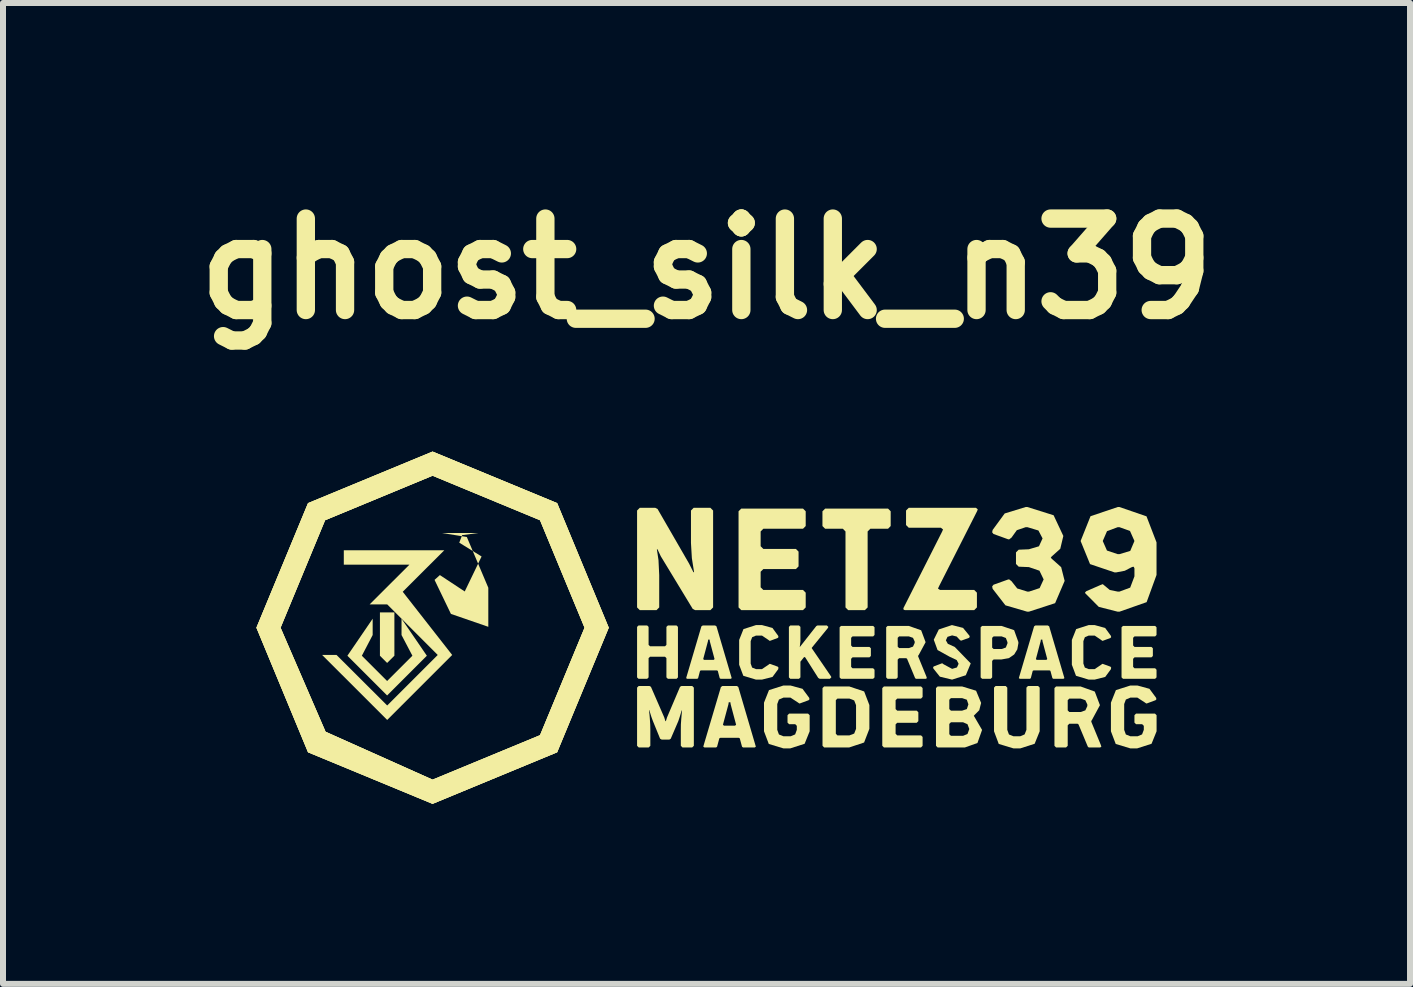
<source format=kicad_pcb>
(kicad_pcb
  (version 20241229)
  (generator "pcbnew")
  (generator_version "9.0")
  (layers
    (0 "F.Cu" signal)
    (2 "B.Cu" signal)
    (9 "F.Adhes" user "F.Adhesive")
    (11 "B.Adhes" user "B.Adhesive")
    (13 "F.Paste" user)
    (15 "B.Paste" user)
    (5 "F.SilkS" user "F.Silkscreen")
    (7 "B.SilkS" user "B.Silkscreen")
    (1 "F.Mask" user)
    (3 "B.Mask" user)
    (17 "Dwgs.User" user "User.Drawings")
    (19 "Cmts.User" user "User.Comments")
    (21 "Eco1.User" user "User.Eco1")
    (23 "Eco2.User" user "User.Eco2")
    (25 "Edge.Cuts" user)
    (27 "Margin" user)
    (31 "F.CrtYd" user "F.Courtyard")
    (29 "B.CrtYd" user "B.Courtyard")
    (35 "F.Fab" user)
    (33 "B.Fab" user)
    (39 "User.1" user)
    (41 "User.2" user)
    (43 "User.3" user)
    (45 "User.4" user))
  (footprint "ghost_silk_n39"
    (layer "F.Cu")
    (at 8.723 7.41)
    (property "Reference" "ghost_silk_n39" (at 0 -5.983 0) (layer "F.SilkS") (effects (font (size 1.524 1.524) (thickness 0.305))))
    (attr smd)
    (fp_poly (pts (xy -5.322 0.587) (xy -5.201 0.467) (xy -5.201 -0.255) (xy -5.442 -0.255) (xy -5.442 0.467) (xy -5.322 0.587)) (stroke (width 0) (type solid)) (fill yes) (layer "F.SilkS"))
    (fp_poly (pts (xy -5.322 1.129) (xy -4.66 0.467) (xy -5.082 -0.15) (xy -5.082 0.122) (xy -4.901 0.467) (xy -5.322 0.888) (xy -5.743 0.467) (xy -5.563 0.122) (xy -5.563 -0.15) (xy -5.984 0.467) (xy -5.322 1.129)) (stroke (width 0) (type solid)) (fill yes) (layer "F.SilkS"))
    (fp_poly (pts (xy -6.044 -1.291) (xy -6.044 -1.051) (xy -4.95 -1.051) (xy -5.613 -0.389) (xy -5.321 -0.389) (xy -4.479 0.454) (xy -5.321 1.296) (xy -6.165 0.454) (xy -6.405 0.454) (xy -5.321 1.537) (xy -4.238 0.454) (xy -5.062 -0.599) (xy -4.369 -1.291) (xy -6.044 -1.291)) (stroke (width 0) (type solid)) (fill yes) (layer "F.SilkS"))
    (fp_poly (pts (xy -3.806 -1.578) (xy -4.072 -1.543) (xy -4.12 -1.417) (xy -3.748 -1.187) (xy -4.029 -0.604) (xy -4.443 -0.877) (xy -4.532 -0.797) (xy -4.259 -0.23) (xy -3.636 -0.015) (xy -3.636 1.116) (xy -3.636 -0.328) (xy -3.636 -0.666) (xy -3.994 -1.512) (xy -4.408 -1.578) (xy -3.806 -1.578)) (stroke (width 0) (type solid)) (fill yes) (layer "F.SilkS"))
    (fp_poly (pts (xy 2.361 -0.293) (xy 2.316 -0.338) (xy 2.316 -1.604) (xy 2.272 -1.649) (xy 1.977 -1.649) (xy 1.932 -1.694) (xy 1.932 -1.94) (xy 1.977 -1.985) (xy 3.025 -1.985) (xy 3.069 -1.94) (xy 3.069 -1.694) (xy 3.025 -1.649) (xy 2.73 -1.649) (xy 2.685 -1.604) (xy 2.685 -0.338) (xy 2.64 -0.293) (xy 2.361 -0.293)) (stroke (width 0) (type solid)) (fill yes) (layer "F.SilkS"))
    (fp_poly (pts (xy -4.565 -2.935) (xy -4.565 -2.533) (xy -2.774 -1.791) (xy -2.032 0) (xy -2.774 1.791) (xy -4.565 2.532) (xy -6.348 1.734) (xy -7.098 0) (xy -6.356 -1.791) (xy -4.565 -2.533) (xy -4.565 -2.533) (xy -4.565 -2.935) (xy -6.64 -2.076) (xy -7.5 0) (xy -6.64 2.076) (xy -4.565 2.935) (xy -2.489 2.076) (xy -1.629 0) (xy -2.489 -2.076) (xy -4.565 -2.935)) (stroke (width 0) (type solid)) (fill yes) (layer "F.SilkS"))
    (fp_poly (pts (xy -4.565 -2.935) (xy -4.565 -2.533) (xy -2.774 -1.791) (xy -2.032 0) (xy -2.774 1.791) (xy -4.565 2.532) (xy -6.348 1.734) (xy -7.098 0) (xy -6.356 -1.791) (xy -4.565 -2.533) (xy -4.565 -2.533) (xy -4.565 -2.935) (xy -6.64 -2.076) (xy -7.5 0) (xy -6.64 2.076) (xy -4.565 2.935) (xy -2.489 2.076) (xy -1.629 0) (xy -2.489 -2.076) (xy -4.565 -2.935)) (stroke (width 0) (type solid)) (fill yes) (layer "F.SilkS"))
    (fp_poly (pts (xy -4.565 -2.935) (xy -4.565 -2.533) (xy -2.774 -1.791) (xy -2.032 0) (xy -2.774 1.791) (xy -4.565 2.532) (xy -6.348 1.734) (xy -7.098 0) (xy -6.356 -1.791) (xy -4.565 -2.533) (xy -4.565 -2.533) (xy -4.565 -2.935) (xy -6.64 -2.076) (xy -7.5 0) (xy -6.64 2.076) (xy -4.565 2.935) (xy -2.489 2.076) (xy -1.629 0) (xy -2.489 -2.076) (xy -4.565 -2.935)) (stroke (width 0) (type solid)) (fill yes) (layer "F.SilkS"))
    (fp_poly (pts (xy 5.115 2.011) (xy 4.87 1.937) (xy 4.791 1.726) (xy 4.791 0.998) (xy 4.817 0.971) (xy 4.985 0.971) (xy 5.012 0.998) (xy 5.012 1.702) (xy 5.04 1.779) (xy 5.115 1.809) (xy 5.228 1.809) (xy 5.301 1.778) (xy 5.331 1.702) (xy 5.331 0.998) (xy 5.357 0.971) (xy 5.525 0.971) (xy 5.552 0.998) (xy 5.552 1.726) (xy 5.468 1.934) (xy 5.228 2.011) (xy 5.115 2.011)) (stroke (width 0) (type solid)) (fill yes) (layer "F.SilkS"))
    (fp_poly (pts (xy 3.308 -0.293) (xy 3.288 -0.299) (xy 3.28 -0.314) (xy 3.284 -0.332) (xy 3.928 -1.605) (xy 3.941 -1.638) (xy 3.905 -1.666) (xy 3.37 -1.666) (xy 3.325 -1.711) (xy 3.325 -1.953) (xy 3.37 -1.998) (xy 4.49 -1.998) (xy 4.52 -1.973) (xy 4.51 -1.944) (xy 3.878 -0.697) (xy 3.857 -0.652) (xy 3.892 -0.629) (xy 4.461 -0.629) (xy 4.506 -0.584) (xy 4.506 -0.338) (xy 4.461 -0.293) (xy 3.308 -0.293)) (stroke (width 0) (type solid)) (fill yes) (layer "F.SilkS"))
    (fp_poly (pts (xy 1.96 1.995) (xy 2.181 1.794) (xy 2.382 1.794) (xy 2.461 1.764) (xy 2.492 1.685) (xy 2.492 1.291) (xy 2.461 1.212) (xy 2.382 1.181) (xy 2.181 1.181) (xy 2.155 1.208) (xy 2.155 1.767) (xy 2.181 1.794) (xy 1.96 1.995) (xy 1.933 1.968) (xy 1.933 1.006) (xy 1.96 0.979) (xy 2.379 0.979) (xy 2.627 1.062) (xy 2.714 1.289) (xy 2.714 1.685) (xy 2.626 1.913) (xy 2.379 1.995) (xy 1.96 1.995)) (stroke (width 0) (type solid)) (fill yes) (layer "F.SilkS"))
    (fp_poly (pts (xy -1.133 0.851) (xy -1.157 0.828) (xy -1.157 -0.014) (xy -1.133 -0.037) (xy -0.988 -0.037) (xy -0.965 -0.014) (xy -0.965 0.286) (xy -0.941 0.309) (xy -0.691 0.309) (xy -0.668 0.286) (xy -0.668 -0.014) (xy -0.644 -0.037) (xy -0.499 -0.037) (xy -0.476 -0.014) (xy -0.476 0.828) (xy -0.499 0.851) (xy -0.644 0.851) (xy -0.668 0.828) (xy -0.668 0.507) (xy -0.691 0.484) (xy -0.941 0.484) (xy -0.965 0.507) (xy -0.965 0.828) (xy -0.988 0.851) (xy -1.133 0.851)) (stroke (width 0) (type solid)) (fill yes) (layer "F.SilkS"))
    (fp_poly (pts (xy 1.608 -0.293) (xy 0.579 -0.293) (xy 0.534 -0.338) (xy 0.534 -1.94) (xy 0.579 -1.985) (xy 1.608 -1.985) (xy 1.653 -1.94) (xy 1.653 -1.694) (xy 1.608 -1.649) (xy 0.947 -1.649) (xy 0.902 -1.604) (xy 0.902 -1.358) (xy 0.947 -1.313) (xy 1.49 -1.313) (xy 1.534 -1.268) (xy 1.534 -1.022) (xy 1.49 -0.977) (xy 0.947 -0.977) (xy 0.902 -0.933) (xy 0.902 -0.673) (xy 0.947 -0.629) (xy 1.608 -0.629) (xy 1.653 -0.584) (xy 1.653 -0.338) (xy 1.608 -0.293)) (stroke (width 0) (type solid)) (fill yes) (layer "F.SilkS"))
    (fp_poly (pts (xy 2.777 0.851) (xy 2.241 0.851) (xy 2.218 0.828) (xy 2.218 -0.007) (xy 2.241 -0.03) (xy 2.777 -0.03) (xy 2.8 -0.007) (xy 2.8 0.121) (xy 2.777 0.145) (xy 2.433 0.145) (xy 2.41 0.168) (xy 2.41 0.296) (xy 2.433 0.32) (xy 2.715 0.32) (xy 2.739 0.343) (xy 2.739 0.471) (xy 2.715 0.494) (xy 2.433 0.494) (xy 2.41 0.518) (xy 2.41 0.653) (xy 2.433 0.676) (xy 2.777 0.676) (xy 2.8 0.7) (xy 2.8 0.828) (xy 2.777 0.851)) (stroke (width 0) (type solid)) (fill yes) (layer "F.SilkS"))
    (fp_poly (pts (xy 3.575 1.995) (xy 2.956 1.995) (xy 2.929 1.968) (xy 2.929 1.006) (xy 2.956 0.979) (xy 3.575 0.979) (xy 3.601 1.006) (xy 3.601 1.154) (xy 3.575 1.181) (xy 3.178 1.181) (xy 3.151 1.208) (xy 3.151 1.356) (xy 3.178 1.382) (xy 3.503 1.382) (xy 3.53 1.409) (xy 3.53 1.557) (xy 3.503 1.584) (xy 3.178 1.584) (xy 3.151 1.611) (xy 3.151 1.767) (xy 3.178 1.794) (xy 3.575 1.794) (xy 3.601 1.82) (xy 3.601 1.968) (xy 3.575 1.995)) (stroke (width 0) (type solid)) (fill yes) (layer "F.SilkS"))
    (fp_poly (pts (xy 7.476 0.851) (xy 6.94 0.851) (xy 6.916 0.828) (xy 6.916 -0.007) (xy 6.94 -0.03) (xy 7.476 -0.03) (xy 7.499 -0.007) (xy 7.499 0.121) (xy 7.476 0.145) (xy 7.132 0.145) (xy 7.109 0.168) (xy 7.109 0.296) (xy 7.132 0.32) (xy 7.414 0.32) (xy 7.438 0.343) (xy 7.438 0.471) (xy 7.414 0.494) (xy 7.132 0.494) (xy 7.109 0.518) (xy 7.109 0.653) (xy 7.132 0.676) (xy 7.476 0.676) (xy 7.499 0.7) (xy 7.499 0.828) (xy 7.476 0.851)) (stroke (width 0) (type solid)) (fill yes) (layer "F.SilkS"))
    (fp_poly (pts (xy -1.112 -0.293) (xy -1.157 -0.338) (xy -1.157 -1.953) (xy -1.112 -1.998) (xy -0.854 -1.998) (xy -0.816 -1.979) (xy -0.29 -1.068) (xy -0.218 -0.925) (xy -0.207 -0.925) (xy -0.244 -1.159) (xy -0.259 -1.412) (xy -0.259 -1.953) (xy -0.214 -1.998) (xy 0.065 -1.998) (xy 0.11 -1.953) (xy 0.11 -0.338) (xy 0.065 -0.293) (xy -0.19 -0.293) (xy -0.23 -0.314) (xy -0.762 -1.191) (xy -0.817 -1.307) (xy -0.827 -1.307) (xy -0.8 -1.125) (xy -0.788 -0.876) (xy -0.788 -0.338) (xy -0.833 -0.293) (xy -1.112 -0.293)) (stroke (width 0) (type solid)) (fill yes) (layer "F.SilkS"))
    (fp_poly (pts (xy 1.396 0.851) (xy 1.373 0.828) (xy 1.373 -0.014) (xy 1.396 -0.037) (xy 1.541 -0.037) (xy 1.565 -0.014) (xy 1.565 0.228) (xy 1.554 0.323) (xy 1.83 -0.028) (xy 1.849 -0.037) (xy 2.006 -0.037) (xy 2.03 -0.014) (xy 2.024 0.003) (xy 1.757 0.331) (xy 1.753 0.338) (xy 1.757 0.346) (xy 2.076 0.813) (xy 2.08 0.827) (xy 2.056 0.851) (xy 1.886 0.851) (xy 1.862 0.837) (xy 1.646 0.496) (xy 1.633 0.488) (xy 1.622 0.494) (xy 1.565 0.566) (xy 1.565 0.828) (xy 1.541 0.851) (xy 1.396 0.851)) (stroke (width 0) (type solid)) (fill yes) (layer "F.SilkS"))
    (fp_poly (pts (xy -0.041 0.536) (xy 0.172 0.711) (xy -0.092 0.711) (xy -0.108 0.719) (xy -0.14 0.841) (xy -0.154 0.851) (xy -0.323 0.851) (xy -0.339 0.841) (xy -0.336 0.828) (xy -0.085 -0.023) (xy -0.063 -0.037) (xy 0.144 -0.037) (xy 0.166 -0.023) (xy 0.418 0.833) (xy 0.419 0.841) (xy 0.404 0.851) (xy 0.234 0.851) (xy 0.22 0.841) (xy 0.188 0.719) (xy 0.172 0.711) (xy -0.041 0.536) (xy 0.12 0.536) (xy 0.134 0.522) (xy 0.055 0.226) (xy 0.052 0.198) (xy 0.028 0.198) (xy 0.024 0.226) (xy -0.055 0.522) (xy -0.041 0.536)) (stroke (width 0) (type solid)) (fill yes) (layer "F.SilkS"))
    (fp_poly (pts (xy 0.29 1.632) (xy 0.536 1.834) (xy 0.232 1.834) (xy 0.214 1.843) (xy 0.176 1.983) (xy 0.161 1.995) (xy -0.035 1.995) (xy -0.053 1.983) (xy -0.05 1.968) (xy 0.24 0.988) (xy 0.265 0.971) (xy 0.505 0.971) (xy 0.53 0.988) (xy 0.82 1.975) (xy 0.822 1.983) (xy 0.804 1.995) (xy 0.608 1.995) (xy 0.592 1.983) (xy 0.554 1.843) (xy 0.536 1.834) (xy 0.29 1.632) (xy 0.476 1.632) (xy 0.493 1.616) (xy 0.402 1.274) (xy 0.398 1.242) (xy 0.37 1.242) (xy 0.366 1.274) (xy 0.274 1.616) (xy 0.29 1.632)) (stroke (width 0) (type solid)) (fill yes) (layer "F.SilkS"))
    (fp_poly (pts (xy 4.737 0.851) (xy 4.76 0.168) (xy 4.76 0.332) (xy 4.784 0.355) (xy 4.919 0.355) (xy 4.988 0.33) (xy 5.015 0.261) (xy 5.015 0.241) (xy 4.988 0.171) (xy 4.919 0.145) (xy 4.784 0.145) (xy 4.76 0.168) (xy 4.737 0.851) (xy 4.592 0.851) (xy 4.568 0.828) (xy 4.568 -0.007) (xy 4.592 -0.03) (xy 4.916 -0.03) (xy 5.126 0.041) (xy 5.197 0.239) (xy 5.197 0.26) (xy 5.179 0.361) (xy 5.127 0.446) (xy 5.039 0.507) (xy 4.915 0.529) (xy 4.784 0.529) (xy 4.76 0.553) (xy 4.76 0.828) (xy 4.737 0.851)) (stroke (width 0) (type solid)) (fill yes) (layer "F.SilkS"))
    (fp_poly (pts (xy 5.502 0.536) (xy 5.716 0.711) (xy 5.452 0.711) (xy 5.436 0.719) (xy 5.404 0.841) (xy 5.39 0.851) (xy 5.221 0.851) (xy 5.205 0.841) (xy 5.208 0.828) (xy 5.459 -0.023) (xy 5.48 -0.037) (xy 5.688 -0.037) (xy 5.71 -0.023) (xy 5.962 0.833) (xy 5.963 0.841) (xy 5.948 0.851) (xy 5.778 0.851) (xy 5.764 0.841) (xy 5.731 0.719) (xy 5.716 0.711) (xy 5.502 0.536) (xy 5.664 0.536) (xy 5.678 0.522) (xy 5.599 0.226) (xy 5.596 0.198) (xy 5.572 0.198) (xy 5.568 0.226) (xy 5.489 0.522) (xy 5.502 0.536)) (stroke (width 0) (type solid)) (fill yes) (layer "F.SilkS"))
    (fp_poly (pts (xy 0.825 0.865) (xy 0.613 0.801) (xy 0.544 0.617) (xy 0.544 0.204) (xy 0.616 0.023) (xy 0.825 -0.044) (xy 0.924 -0.044) (xy 1.099 0.004) (xy 1.195 0.136) (xy 1.199 0.157) (xy 1.187 0.171) (xy 1.063 0.217) (xy 1.052 0.219) (xy 1.031 0.203) (xy 0.924 0.131) (xy 0.825 0.131) (xy 0.761 0.158) (xy 0.736 0.224) (xy 0.736 0.597) (xy 0.76 0.664) (xy 0.825 0.69) (xy 0.924 0.69) (xy 1.031 0.618) (xy 1.052 0.602) (xy 1.063 0.604) (xy 1.187 0.649) (xy 1.199 0.664) (xy 1.195 0.691) (xy 1.1 0.82) (xy 0.923 0.865) (xy 0.825 0.865)) (stroke (width 0) (type solid)) (fill yes) (layer "F.SilkS"))
    (fp_poly (pts (xy 6.369 0.865) (xy 6.157 0.801) (xy 6.088 0.617) (xy 6.088 0.204) (xy 6.16 0.023) (xy 6.369 -0.044) (xy 6.468 -0.044) (xy 6.643 0.004) (xy 6.739 0.136) (xy 6.743 0.157) (xy 6.731 0.171) (xy 6.607 0.217) (xy 6.596 0.219) (xy 6.575 0.203) (xy 6.468 0.131) (xy 6.369 0.131) (xy 6.305 0.158) (xy 6.28 0.224) (xy 6.28 0.597) (xy 6.304 0.664) (xy 6.369 0.69) (xy 6.468 0.69) (xy 6.575 0.618) (xy 6.596 0.602) (xy 6.607 0.604) (xy 6.731 0.649) (xy 6.743 0.664) (xy 6.739 0.691) (xy 6.644 0.82) (xy 6.467 0.865) (xy 6.369 0.865)) (stroke (width 0) (type solid)) (fill yes) (layer "F.SilkS"))
    (fp_poly (pts (xy 4.092 0.865) (xy 3.889 0.816) (xy 3.78 0.68) (xy 3.776 0.66) (xy 3.787 0.645) (xy 3.919 0.595) (xy 3.929 0.593) (xy 3.95 0.609) (xy 4.093 0.686) (xy 4.173 0.662) (xy 4.201 0.601) (xy 4.169 0.539) (xy 4.054 0.485) (xy 3.85 0.372) (xy 3.787 0.2) (xy 3.871 0.029) (xy 4.09 -0.044) (xy 4.275 0.003) (xy 4.382 0.134) (xy 4.386 0.154) (xy 4.374 0.169) (xy 4.249 0.214) (xy 4.239 0.216) (xy 4.218 0.2) (xy 4.169 0.147) (xy 4.093 0.128) (xy 4.016 0.152) (xy 3.989 0.21) (xy 4.021 0.268) (xy 4.137 0.321) (xy 4.403 0.595) (xy 4.321 0.792) (xy 4.092 0.865)) (stroke (width 0) (type solid)) (fill yes) (layer "F.SilkS"))
    (fp_poly (pts (xy 3.373 0.339) (xy 3.651 0.241) (xy 3.536 0.455) (xy 3.525 0.469) (xy 3.529 0.484) (xy 3.663 0.811) (xy 3.672 0.84) (xy 3.656 0.851) (xy 3.49 0.851) (xy 3.476 0.84) (xy 3.342 0.518) (xy 3.328 0.508) (xy 3.209 0.508) (xy 3.186 0.531) (xy 3.186 0.828) (xy 3.163 0.851) (xy 3.017 0.851) (xy 2.994 0.828) (xy 2.994 -0.007) (xy 3.017 -0.03) (xy 3.371 -0.03) (xy 3.577 0.043) (xy 3.651 0.241) (xy 3.373 0.339) (xy 3.441 0.315) (xy 3.469 0.254) (xy 3.469 0.23) (xy 3.441 0.169) (xy 3.373 0.145) (xy 3.209 0.145) (xy 3.186 0.168) (xy 3.186 0.316) (xy 3.209 0.339) (xy 3.373 0.339)) (stroke (width 0) (type solid)) (fill yes) (layer "F.SilkS"))
    (fp_poly (pts (xy 6.235 1.405) (xy 6.556 1.291) (xy 6.422 1.539) (xy 6.411 1.555) (xy 6.414 1.572) (xy 6.569 1.949) (xy 6.58 1.982) (xy 6.561 1.995) (xy 6.369 1.995) (xy 6.354 1.982) (xy 6.199 1.611) (xy 6.183 1.6) (xy 6.046 1.6) (xy 6.019 1.627) (xy 6.019 1.968) (xy 5.992 1.995) (xy 5.825 1.995) (xy 5.798 1.968) (xy 5.798 1.006) (xy 5.825 0.979) (xy 6.233 0.979) (xy 6.47 1.064) (xy 6.556 1.291) (xy 6.235 1.405) (xy 6.313 1.377) (xy 6.346 1.306) (xy 6.346 1.279) (xy 6.313 1.209) (xy 6.235 1.181) (xy 6.046 1.181) (xy 6.019 1.208) (xy 6.019 1.378) (xy 6.046 1.405) (xy 6.235 1.405)) (stroke (width 0) (type solid)) (fill yes) (layer "F.SilkS"))
    (fp_poly (pts (xy 1.282 2.011) (xy 1.038 1.937) (xy 0.958 1.726) (xy 0.958 1.249) (xy 1.041 1.04) (xy 1.282 0.963) (xy 1.399 0.963) (xy 1.6 1.018) (xy 1.711 1.168) (xy 1.716 1.192) (xy 1.702 1.208) (xy 1.558 1.261) (xy 1.547 1.263) (xy 1.522 1.245) (xy 1.399 1.165) (xy 1.282 1.165) (xy 1.207 1.197) (xy 1.179 1.272) (xy 1.179 1.702) (xy 1.207 1.779) (xy 1.282 1.809) (xy 1.403 1.809) (xy 1.477 1.778) (xy 1.505 1.702) (xy 1.505 1.635) (xy 1.479 1.608) (xy 1.377 1.608) (xy 1.35 1.581) (xy 1.35 1.458) (xy 1.377 1.431) (xy 1.692 1.431) (xy 1.719 1.458) (xy 1.719 1.726) (xy 1.635 1.934) (xy 1.395 2.011) (xy 1.282 2.011)) (stroke (width 0) (type solid)) (fill yes) (layer "F.SilkS"))
    (fp_poly (pts (xy 7.063 2.011) (xy 6.819 1.937) (xy 6.739 1.726) (xy 6.739 1.249) (xy 6.822 1.04) (xy 7.063 0.963) (xy 7.18 0.963) (xy 7.381 1.018) (xy 7.492 1.168) (xy 7.497 1.192) (xy 7.483 1.208) (xy 7.34 1.261) (xy 7.328 1.263) (xy 7.303 1.245) (xy 7.18 1.165) (xy 7.063 1.165) (xy 6.988 1.197) (xy 6.96 1.272) (xy 6.96 1.702) (xy 6.988 1.779) (xy 7.063 1.809) (xy 7.184 1.809) (xy 7.258 1.778) (xy 7.287 1.702) (xy 7.287 1.635) (xy 7.26 1.608) (xy 7.158 1.608) (xy 7.131 1.581) (xy 7.131 1.458) (xy 7.158 1.431) (xy 7.473 1.431) (xy 7.5 1.458) (xy 7.5 1.726) (xy 7.416 1.934) (xy 7.176 2.011) (xy 7.063 2.011)) (stroke (width 0) (type solid)) (fill yes) (layer "F.SilkS"))
    (fp_poly (pts (xy 4.307 1.995) (xy 4.073 1.801) (xy 4.276 1.801) (xy 4.349 1.771) (xy 4.379 1.688) (xy 4.349 1.608) (xy 4.276 1.576) (xy 4.073 1.576) (xy 4.046 1.603) (xy 4.046 1.775) (xy 4.073 1.801) (xy 4.307 1.995) (xy 3.851 1.995) (xy 4.073 1.382) (xy 4.259 1.382) (xy 4.338 1.356) (xy 4.364 1.277) (xy 4.338 1.2) (xy 4.259 1.173) (xy 4.073 1.173) (xy 4.046 1.2) (xy 4.046 1.356) (xy 4.073 1.382) (xy 3.851 1.995) (xy 3.824 1.968) (xy 3.824 1.006) (xy 3.851 0.979) (xy 4.26 0.979) (xy 4.492 1.05) (xy 4.576 1.253) (xy 4.545 1.375) (xy 4.463 1.457) (xy 4.454 1.469) (xy 4.463 1.482) (xy 4.592 1.703) (xy 4.515 1.921) (xy 4.307 1.995)) (stroke (width 0) (type solid)) (fill yes) (layer "F.SilkS"))
    (fp_poly (pts (xy 6.882 -1.675) (xy 6.852 -2.011) (xy 6.882 -2.011) (xy 7.332 -1.856) (xy 7.499 -1.422) (xy 7.499 -0.879) (xy 7.334 -0.426) (xy 6.882 -0.267) (xy 6.852 -0.267) (xy 6.537 -0.347) (xy 6.313 -0.572) (xy 6.307 -0.586) (xy 6.328 -0.608) (xy 6.566 -0.712) (xy 6.603 -0.726) (xy 6.627 -0.706) (xy 6.72 -0.629) (xy 6.852 -0.602) (xy 6.882 -0.602) (xy 7.06 -0.668) (xy 7.131 -0.856) (xy 7.131 -0.988) (xy 7.119 -1.016) (xy 7.091 -1.012) (xy 6.97 -0.949) (xy 6.828 -0.922) (xy 6.799 -0.922) (xy 6.391 -1.06) (xy 6.234 -1.445) (xy 6.399 -1.858) (xy 6.852 -2.011) (xy 6.882 -1.675) (xy 6.852 -1.675) (xy 6.674 -1.609) (xy 6.603 -1.445) (xy 6.673 -1.286) (xy 6.852 -1.226) (xy 6.882 -1.226) (xy 7.061 -1.28) (xy 7.131 -1.445) (xy 7.057 -1.612) (xy 6.882 -1.675)) (stroke (width 0) (type solid)) (fill yes) (layer "F.SilkS"))
    (fp_poly (pts (xy -1.13 1.995) (xy -1.157 1.968) (xy -1.157 0.998) (xy -1.13 0.971) (xy -0.95 0.971) (xy -0.926 0.985) (xy -0.704 1.495) (xy -0.685 1.557) (xy -0.677 1.557) (xy -0.658 1.495) (xy -0.441 0.985) (xy -0.417 0.971) (xy -0.238 0.971) (xy -0.211 0.998) (xy -0.211 1.968) (xy -0.238 1.995) (xy -0.401 1.995) (xy -0.428 1.968) (xy -0.428 1.699) (xy -0.427 1.612) (xy -0.421 1.525) (xy -0.415 1.454) (xy -0.41 1.401) (xy -0.408 1.379) (xy -0.414 1.379) (xy -0.424 1.413) (xy -0.447 1.488) (xy -0.47 1.557) (xy -0.596 1.85) (xy -0.62 1.865) (xy -0.745 1.865) (xy -0.773 1.85) (xy -0.894 1.553) (xy -0.919 1.484) (xy -0.943 1.407) (xy -0.954 1.372) (xy -0.958 1.372) (xy -0.956 1.394) (xy -0.95 1.448) (xy -0.944 1.52) (xy -0.938 1.608) (xy -0.936 1.697) (xy -0.936 1.968) (xy -0.963 1.995) (xy -1.13 1.995)) (stroke (width 0) (type solid)) (fill yes) (layer "F.SilkS"))
    (fp_poly (pts (xy 5.372 -0.267) (xy 5.344 -0.267) (xy 4.981 -0.373) (xy 4.768 -0.648) (xy 4.76 -0.688) (xy 4.782 -0.716) (xy 5.022 -0.802) (xy 5.042 -0.806) (xy 5.082 -0.776) (xy 5.178 -0.654) (xy 5.346 -0.602) (xy 5.375 -0.602) (xy 5.551 -0.66) (xy 5.618 -0.805) (xy 5.548 -0.95) (xy 5.372 -1.01) (xy 5.202 -1.017) (xy 5.157 -1.062) (xy 5.157 -1.255) (xy 5.202 -1.3) (xy 5.372 -1.307) (xy 5.54 -1.357) (xy 5.6 -1.488) (xy 5.531 -1.62) (xy 5.348 -1.675) (xy 5.318 -1.675) (xy 5.171 -1.625) (xy 5.082 -1.501) (xy 5.042 -1.471) (xy 5.022 -1.475) (xy 4.782 -1.562) (xy 4.76 -1.59) (xy 4.768 -1.629) (xy 4.969 -1.904) (xy 5.318 -2.011) (xy 5.348 -2.011) (xy 5.784 -1.874) (xy 5.946 -1.529) (xy 5.895 -1.315) (xy 5.752 -1.187) (xy 5.737 -1.168) (xy 5.752 -1.15) (xy 5.91 -1.009) (xy 5.968 -0.78) (xy 5.809 -0.409) (xy 5.372 -0.267)) (stroke (width 0) (type solid)) (fill yes) (layer "F.SilkS")))
  (gr_rect
    (start -3 -3)
    (end 20.446 13.345)
    (stroke (width 0.1) (type default))
    (fill no)
    (layer "Edge.Cuts")))
</source>
